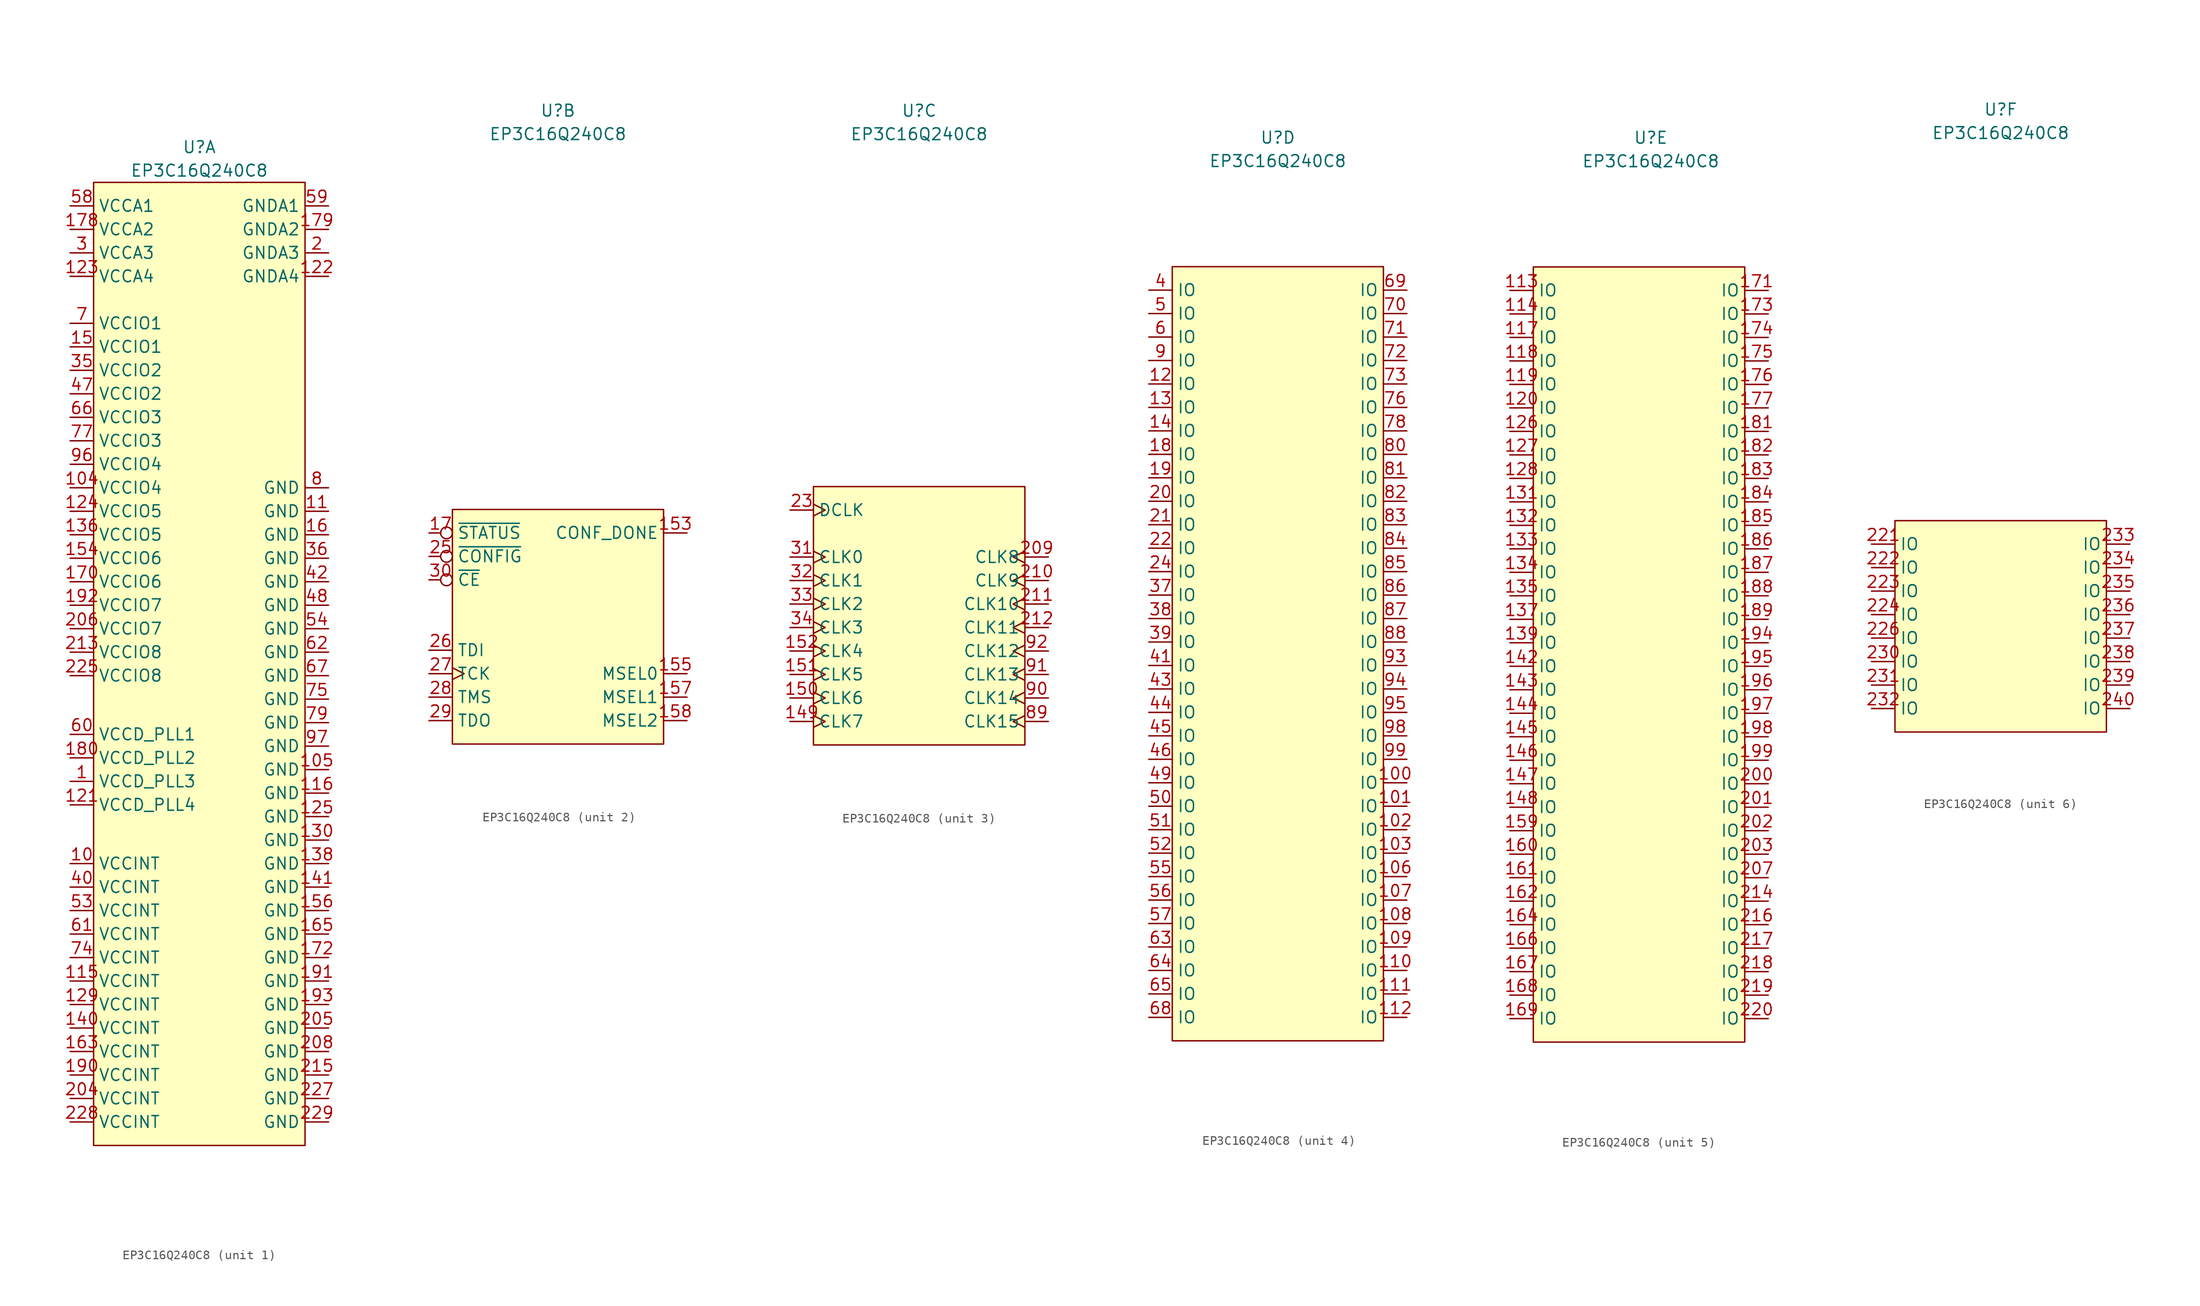
<source format=kicad_sym>
(kicad_symbol_lib
  (version 20220914)
  (generator kicad_symbol_editor)
  (symbol "EP3C16Q240C8"
    (property "Reference" "U"
      (at 0 55.88 0)
      (effects (font (size 1.27 1.27))))
    (property "Value" "EP3C16Q240C8"
      (at 0 53.34 0)
      (effects (font (size 1.27 1.27))))
    (property "ki_locked" ""
      (at 0 0 0)
      (effects (font (size 1.27 1.27))))
    (symbol "EP3C16Q240C8_1_0"
      (pin power_in line (at -13.97 -12.7 0) (length 2.54) (name "VCCD_PLL3" (effects (font (size 1.27 1.27)))) (number "1" (effects (font (size 1.27 1.27)))))
      (pin power_in line (at -13.97 -21.59 0) (length 2.54) (name "VCCINT" (effects (font (size 1.27 1.27)))) (number "10" (effects (font (size 1.27 1.27)))))
      (pin power_in line (at -13.97 19.05 0) (length 2.54) (name "VCCIO4" (effects (font (size 1.27 1.27)))) (number "104" (effects (font (size 1.27 1.27)))))
      (pin power_in line (at 13.97 -11.43 180) (length 2.54) (name "GND" (effects (font (size 1.27 1.27)))) (number "105" (effects (font (size 1.27 1.27)))))
      (pin power_in line (at 13.97 16.51 180) (length 2.54) (name "GND" (effects (font (size 1.27 1.27)))) (number "11" (effects (font (size 1.27 1.27)))))
      (pin power_in line (at -13.97 -34.29 0) (length 2.54) (name "VCCINT" (effects (font (size 1.27 1.27)))) (number "115" (effects (font (size 1.27 1.27)))))
      (pin power_in line (at 13.97 -13.97 180) (length 2.54) (name "GND" (effects (font (size 1.27 1.27)))) (number "116" (effects (font (size 1.27 1.27)))))
      (pin power_in line (at -13.97 -15.24 0) (length 2.54) (name "VCCD_PLL4" (effects (font (size 1.27 1.27)))) (number "121" (effects (font (size 1.27 1.27)))))
      (pin power_in line (at 13.97 41.91 180) (length 2.54) (name "GNDA4" (effects (font (size 1.27 1.27)))) (number "122" (effects (font (size 1.27 1.27)))))
      (pin power_in line (at -13.97 41.91 0) (length 2.54) (name "VCCA4" (effects (font (size 1.27 1.27)))) (number "123" (effects (font (size 1.27 1.27)))))
      (pin power_in line (at -13.97 16.51 0) (length 2.54) (name "VCCIO5" (effects (font (size 1.27 1.27)))) (number "124" (effects (font (size 1.27 1.27)))))
      (pin power_in line (at 13.97 -16.51 180) (length 2.54) (name "GND" (effects (font (size 1.27 1.27)))) (number "125" (effects (font (size 1.27 1.27)))))
      (pin power_in line (at -13.97 -36.83 0) (length 2.54) (name "VCCINT" (effects (font (size 1.27 1.27)))) (number "129" (effects (font (size 1.27 1.27)))))
      (pin power_in line (at 13.97 -19.05 180) (length 2.54) (name "GND" (effects (font (size 1.27 1.27)))) (number "130" (effects (font (size 1.27 1.27)))))
      (pin power_in line (at -13.97 13.97 0) (length 2.54) (name "VCCIO5" (effects (font (size 1.27 1.27)))) (number "136" (effects (font (size 1.27 1.27)))))
      (pin power_in line (at 13.97 -21.59 180) (length 2.54) (name "GND" (effects (font (size 1.27 1.27)))) (number "138" (effects (font (size 1.27 1.27)))))
      (pin power_in line (at -13.97 -39.37 0) (length 2.54) (name "VCCINT" (effects (font (size 1.27 1.27)))) (number "140" (effects (font (size 1.27 1.27)))))
      (pin power_in line (at 13.97 -24.13 180) (length 2.54) (name "GND" (effects (font (size 1.27 1.27)))) (number "141" (effects (font (size 1.27 1.27)))))
      (pin power_in line (at -13.97 34.29 0) (length 2.54) (name "VCCIO1" (effects (font (size 1.27 1.27)))) (number "15" (effects (font (size 1.27 1.27)))))
      (pin power_in line (at -13.97 11.43 0) (length 2.54) (name "VCCIO6" (effects (font (size 1.27 1.27)))) (number "154" (effects (font (size 1.27 1.27)))))
      (pin power_in line (at 13.97 -26.67 180) (length 2.54) (name "GND" (effects (font (size 1.27 1.27)))) (number "156" (effects (font (size 1.27 1.27)))))
      (pin power_in line (at 13.97 13.97 180) (length 2.54) (name "GND" (effects (font (size 1.27 1.27)))) (number "16" (effects (font (size 1.27 1.27)))))
      (pin power_in line (at -13.97 -41.91 0) (length 2.54) (name "VCCINT" (effects (font (size 1.27 1.27)))) (number "163" (effects (font (size 1.27 1.27)))))
      (pin power_in line (at 13.97 -29.21 180) (length 2.54) (name "GND" (effects (font (size 1.27 1.27)))) (number "165" (effects (font (size 1.27 1.27)))))
      (pin power_in line (at -13.97 8.89 0) (length 2.54) (name "VCCIO6" (effects (font (size 1.27 1.27)))) (number "170" (effects (font (size 1.27 1.27)))))
      (pin power_in line (at 13.97 -31.75 180) (length 2.54) (name "GND" (effects (font (size 1.27 1.27)))) (number "172" (effects (font (size 1.27 1.27)))))
      (pin power_in line (at -13.97 46.99 0) (length 2.54) (name "VCCA2" (effects (font (size 1.27 1.27)))) (number "178" (effects (font (size 1.27 1.27)))))
      (pin power_in line (at 13.97 46.99 180) (length 2.54) (name "GNDA2" (effects (font (size 1.27 1.27)))) (number "179" (effects (font (size 1.27 1.27)))))
      (pin power_in line (at -13.97 -10.16 0) (length 2.54) (name "VCCD_PLL2" (effects (font (size 1.27 1.27)))) (number "180" (effects (font (size 1.27 1.27)))))
      (pin power_in line (at -13.97 -44.45 0) (length 2.54) (name "VCCINT" (effects (font (size 1.27 1.27)))) (number "190" (effects (font (size 1.27 1.27)))))
      (pin power_in line (at 13.97 -34.29 180) (length 2.54) (name "GND" (effects (font (size 1.27 1.27)))) (number "191" (effects (font (size 1.27 1.27)))))
      (pin power_in line (at -13.97 6.35 0) (length 2.54) (name "VCCIO7" (effects (font (size 1.27 1.27)))) (number "192" (effects (font (size 1.27 1.27)))))
      (pin power_in line (at 13.97 -36.83 180) (length 2.54) (name "GND" (effects (font (size 1.27 1.27)))) (number "193" (effects (font (size 1.27 1.27)))))
      (pin power_in line (at 13.97 44.45 180) (length 2.54) (name "GNDA3" (effects (font (size 1.27 1.27)))) (number "2" (effects (font (size 1.27 1.27)))))
      (pin power_in line (at -13.97 -46.99 0) (length 2.54) (name "VCCINT" (effects (font (size 1.27 1.27)))) (number "204" (effects (font (size 1.27 1.27)))))
      (pin power_in line (at 13.97 -39.37 180) (length 2.54) (name "GND" (effects (font (size 1.27 1.27)))) (number "205" (effects (font (size 1.27 1.27)))))
      (pin power_in line (at -13.97 3.81 0) (length 2.54) (name "VCCIO7" (effects (font (size 1.27 1.27)))) (number "206" (effects (font (size 1.27 1.27)))))
      (pin power_in line (at 13.97 -41.91 180) (length 2.54) (name "GND" (effects (font (size 1.27 1.27)))) (number "208" (effects (font (size 1.27 1.27)))))
      (pin power_in line (at -13.97 1.27 0) (length 2.54) (name "VCCIO8" (effects (font (size 1.27 1.27)))) (number "213" (effects (font (size 1.27 1.27)))))
      (pin power_in line (at 13.97 -44.45 180) (length 2.54) (name "GND" (effects (font (size 1.27 1.27)))) (number "215" (effects (font (size 1.27 1.27)))))
      (pin power_in line (at -13.97 -1.27 0) (length 2.54) (name "VCCIO8" (effects (font (size 1.27 1.27)))) (number "225" (effects (font (size 1.27 1.27)))))
      (pin power_in line (at 13.97 -46.99 180) (length 2.54) (name "GND" (effects (font (size 1.27 1.27)))) (number "227" (effects (font (size 1.27 1.27)))))
      (pin power_in line (at -13.97 -49.53 0) (length 2.54) (name "VCCINT" (effects (font (size 1.27 1.27)))) (number "228" (effects (font (size 1.27 1.27)))))
      (pin power_in line (at 13.97 -49.53 180) (length 2.54) (name "GND" (effects (font (size 1.27 1.27)))) (number "229" (effects (font (size 1.27 1.27)))))
      (pin power_in line (at -13.97 44.45 0) (length 2.54) (name "VCCA3" (effects (font (size 1.27 1.27)))) (number "3" (effects (font (size 1.27 1.27)))))
      (pin power_in line (at -13.97 31.75 0) (length 2.54) (name "VCCIO2" (effects (font (size 1.27 1.27)))) (number "35" (effects (font (size 1.27 1.27)))))
      (pin power_in line (at 13.97 11.43 180) (length 2.54) (name "GND" (effects (font (size 1.27 1.27)))) (number "36" (effects (font (size 1.27 1.27)))))
      (pin power_in line (at -13.97 -24.13 0) (length 2.54) (name "VCCINT" (effects (font (size 1.27 1.27)))) (number "40" (effects (font (size 1.27 1.27)))))
      (pin power_in line (at 13.97 8.89 180) (length 2.54) (name "GND" (effects (font (size 1.27 1.27)))) (number "42" (effects (font (size 1.27 1.27)))))
      (pin power_in line (at -13.97 29.21 0) (length 2.54) (name "VCCIO2" (effects (font (size 1.27 1.27)))) (number "47" (effects (font (size 1.27 1.27)))))
      (pin power_in line (at 13.97 6.35 180) (length 2.54) (name "GND" (effects (font (size 1.27 1.27)))) (number "48" (effects (font (size 1.27 1.27)))))
      (pin power_in line (at -13.97 -26.67 0) (length 2.54) (name "VCCINT" (effects (font (size 1.27 1.27)))) (number "53" (effects (font (size 1.27 1.27)))))
      (pin power_in line (at 13.97 3.81 180) (length 2.54) (name "GND" (effects (font (size 1.27 1.27)))) (number "54" (effects (font (size 1.27 1.27)))))
      (pin power_in line (at -13.97 49.53 0) (length 2.54) (name "VCCA1" (effects (font (size 1.27 1.27)))) (number "58" (effects (font (size 1.27 1.27)))))
      (pin power_in line (at 13.97 49.53 180) (length 2.54) (name "GNDA1" (effects (font (size 1.27 1.27)))) (number "59" (effects (font (size 1.27 1.27)))))
      (pin power_in line (at -13.97 -7.62 0) (length 2.54) (name "VCCD_PLL1" (effects (font (size 1.27 1.27)))) (number "60" (effects (font (size 1.27 1.27)))))
      (pin power_in line (at -13.97 -29.21 0) (length 2.54) (name "VCCINT" (effects (font (size 1.27 1.27)))) (number "61" (effects (font (size 1.27 1.27)))))
      (pin power_in line (at 13.97 1.27 180) (length 2.54) (name "GND" (effects (font (size 1.27 1.27)))) (number "62" (effects (font (size 1.27 1.27)))))
      (pin power_in line (at -13.97 26.67 0) (length 2.54) (name "VCCIO3" (effects (font (size 1.27 1.27)))) (number "66" (effects (font (size 1.27 1.27)))))
      (pin power_in line (at 13.97 -1.27 180) (length 2.54) (name "GND" (effects (font (size 1.27 1.27)))) (number "67" (effects (font (size 1.27 1.27)))))
      (pin power_in line (at -13.97 36.83 0) (length 2.54) (name "VCCIO1" (effects (font (size 1.27 1.27)))) (number "7" (effects (font (size 1.27 1.27)))))
      (pin power_in line (at -13.97 -31.75 0) (length 2.54) (name "VCCINT" (effects (font (size 1.27 1.27)))) (number "74" (effects (font (size 1.27 1.27)))))
      (pin power_in line (at 13.97 -3.81 180) (length 2.54) (name "GND" (effects (font (size 1.27 1.27)))) (number "75" (effects (font (size 1.27 1.27)))))
      (pin power_in line (at -13.97 24.13 0) (length 2.54) (name "VCCIO3" (effects (font (size 1.27 1.27)))) (number "77" (effects (font (size 1.27 1.27)))))
      (pin power_in line (at 13.97 -6.35 180) (length 2.54) (name "GND" (effects (font (size 1.27 1.27)))) (number "79" (effects (font (size 1.27 1.27)))))
      (pin power_in line (at 13.97 19.05 180) (length 2.54) (name "GND" (effects (font (size 1.27 1.27)))) (number "8" (effects (font (size 1.27 1.27)))))
      (pin power_in line (at -13.97 21.59 0) (length 2.54) (name "VCCIO4" (effects (font (size 1.27 1.27)))) (number "96" (effects (font (size 1.27 1.27)))))
      (pin power_in line (at 13.97 -8.89 180) (length 2.54) (name "GND" (effects (font (size 1.27 1.27)))) (number "97" (effects (font (size 1.27 1.27))))))
    (symbol "EP3C16Q240C8_1_1"
      (rectangle (start -11.43 52.07) (end 11.43 -52.07) (stroke (width 0) (type default)) (fill (type background))))
    (symbol "EP3C16Q240C8_2_0"
      (pin bidirectional line (at 13.97 10.16 180) (length 2.54) (name "CONF_DONE" (effects (font (size 1.27 1.27)))) (number "153" (effects (font (size 1.27 1.27)))))
      (pin input line (at 13.97 -5.08 180) (length 2.54) (name "MSEL0" (effects (font (size 1.27 1.27)))) (number "155" (effects (font (size 1.27 1.27)))))
      (pin input line (at 13.97 -7.62 180) (length 2.54) (name "MSEL1" (effects (font (size 1.27 1.27)))) (number "157" (effects (font (size 1.27 1.27)))))
      (pin input line (at 13.97 -10.16 180) (length 2.54) (name "MSEL2" (effects (font (size 1.27 1.27)))) (number "158" (effects (font (size 1.27 1.27)))))
      (pin bidirectional inverted (at -13.97 10.16 0) (length 2.54) (name "~{STATUS}" (effects (font (size 1.27 1.27)))) (number "17" (effects (font (size 1.27 1.27)))))
      (pin input inverted (at -13.97 7.62 0) (length 2.54) (name "~{CONFIG}" (effects (font (size 1.27 1.27)))) (number "25" (effects (font (size 1.27 1.27)))))
      (pin input line (at -13.97 -2.54 0) (length 2.54) (name "TDI" (effects (font (size 1.27 1.27)))) (number "26" (effects (font (size 1.27 1.27)))))
      (pin input clock (at -13.97 -5.08 0) (length 2.54) (name "TCK" (effects (font (size 1.27 1.27)))) (number "27" (effects (font (size 1.27 1.27)))))
      (pin input line (at -13.97 -7.62 0) (length 2.54) (name "TMS" (effects (font (size 1.27 1.27)))) (number "28" (effects (font (size 1.27 1.27)))))
      (pin output line (at -13.97 -10.16 0) (length 2.54) (name "TDO" (effects (font (size 1.27 1.27)))) (number "29" (effects (font (size 1.27 1.27)))))
      (pin input inverted (at -13.97 5.08 0) (length 2.54) (name "~{CE}" (effects (font (size 1.27 1.27)))) (number "30" (effects (font (size 1.27 1.27))))))
    (symbol "EP3C16Q240C8_2_1"
      (rectangle (start -11.43 12.7) (end 11.43 -12.7) (stroke (width 0) (type default)) (fill (type background))))
    (symbol "EP3C16Q240C8_3_0"
      (pin input clock (at -13.97 -10.16 0) (length 2.54) (name "CLK7" (effects (font (size 1.27 1.27)))) (number "149" (effects (font (size 1.27 1.27)))))
      (pin input clock (at -13.97 -7.62 0) (length 2.54) (name "CLK6" (effects (font (size 1.27 1.27)))) (number "150" (effects (font (size 1.27 1.27)))))
      (pin input clock (at -13.97 -5.08 0) (length 2.54) (name "CLK5" (effects (font (size 1.27 1.27)))) (number "151" (effects (font (size 1.27 1.27)))))
      (pin input clock (at -13.97 -2.54 0) (length 2.54) (name "CLK4" (effects (font (size 1.27 1.27)))) (number "152" (effects (font (size 1.27 1.27)))))
      (pin input clock (at 13.97 7.62 180) (length 2.54) (name "CLK8" (effects (font (size 1.27 1.27)))) (number "209" (effects (font (size 1.27 1.27)))))
      (pin input clock (at 13.97 5.08 180) (length 2.54) (name "CLK9" (effects (font (size 1.27 1.27)))) (number "210" (effects (font (size 1.27 1.27)))))
      (pin input clock (at 13.97 2.54 180) (length 2.54) (name "CLK10" (effects (font (size 1.27 1.27)))) (number "211" (effects (font (size 1.27 1.27)))))
      (pin input clock (at 13.97 0 180) (length 2.54) (name "CLK11" (effects (font (size 1.27 1.27)))) (number "212" (effects (font (size 1.27 1.27)))))
      (pin input clock (at -13.97 12.7 0) (length 2.54) (name "DCLK" (effects (font (size 1.27 1.27)))) (number "23" (effects (font (size 1.27 1.27)))))
      (pin input clock (at -13.97 7.62 0) (length 2.54) (name "CLK0" (effects (font (size 1.27 1.27)))) (number "31" (effects (font (size 1.27 1.27)))))
      (pin input clock (at -13.97 5.08 0) (length 2.54) (name "CLK1" (effects (font (size 1.27 1.27)))) (number "32" (effects (font (size 1.27 1.27)))))
      (pin input clock (at -13.97 2.54 0) (length 2.54) (name "CLK2" (effects (font (size 1.27 1.27)))) (number "33" (effects (font (size 1.27 1.27)))))
      (pin input clock (at -13.97 0 0) (length 2.54) (name "CLK3" (effects (font (size 1.27 1.27)))) (number "34" (effects (font (size 1.27 1.27)))))
      (pin input clock (at 13.97 -10.16 180) (length 2.54) (name "CLK15" (effects (font (size 1.27 1.27)))) (number "89" (effects (font (size 1.27 1.27)))))
      (pin input clock (at 13.97 -7.62 180) (length 2.54) (name "CLK14" (effects (font (size 1.27 1.27)))) (number "90" (effects (font (size 1.27 1.27)))))
      (pin input clock (at 13.97 -5.08 180) (length 2.54) (name "CLK13" (effects (font (size 1.27 1.27)))) (number "91" (effects (font (size 1.27 1.27)))))
      (pin input clock (at 13.97 -2.54 180) (length 2.54) (name "CLK12" (effects (font (size 1.27 1.27)))) (number "92" (effects (font (size 1.27 1.27))))))
    (symbol "EP3C16Q240C8_3_1"
      (rectangle (start -11.43 15.24) (end 11.43 -12.7) (stroke (width 0) (type default)) (fill (type background))))
    (symbol "EP3C16Q240C8_4_0"
      (pin bidirectional line (at 13.97 -13.97 180) (length 2.54) (name "IO" (effects (font (size 1.27 1.27)))) (number "100" (effects (font (size 1.27 1.27)))))
      (pin bidirectional line (at 13.97 -16.51 180) (length 2.54) (name "IO" (effects (font (size 1.27 1.27)))) (number "101" (effects (font (size 1.27 1.27)))))
      (pin bidirectional line (at 13.97 -19.05 180) (length 2.54) (name "IO" (effects (font (size 1.27 1.27)))) (number "102" (effects (font (size 1.27 1.27)))))
      (pin bidirectional line (at 13.97 -21.59 180) (length 2.54) (name "IO" (effects (font (size 1.27 1.27)))) (number "103" (effects (font (size 1.27 1.27)))))
      (pin bidirectional line (at 13.97 -24.13 180) (length 2.54) (name "IO" (effects (font (size 1.27 1.27)))) (number "106" (effects (font (size 1.27 1.27)))))
      (pin bidirectional line (at 13.97 -26.67 180) (length 2.54) (name "IO" (effects (font (size 1.27 1.27)))) (number "107" (effects (font (size 1.27 1.27)))))
      (pin bidirectional line (at 13.97 -29.21 180) (length 2.54) (name "IO" (effects (font (size 1.27 1.27)))) (number "108" (effects (font (size 1.27 1.27)))))
      (pin bidirectional line (at 13.97 -31.75 180) (length 2.54) (name "IO" (effects (font (size 1.27 1.27)))) (number "109" (effects (font (size 1.27 1.27)))))
      (pin bidirectional line (at 13.97 -34.29 180) (length 2.54) (name "IO" (effects (font (size 1.27 1.27)))) (number "110" (effects (font (size 1.27 1.27)))))
      (pin bidirectional line (at 13.97 -36.83 180) (length 2.54) (name "IO" (effects (font (size 1.27 1.27)))) (number "111" (effects (font (size 1.27 1.27)))))
      (pin bidirectional line (at 13.97 -39.37 180) (length 2.54) (name "IO" (effects (font (size 1.27 1.27)))) (number "112" (effects (font (size 1.27 1.27)))))
      (pin bidirectional line (at -13.97 29.21 0) (length 2.54) (name "IO" (effects (font (size 1.27 1.27)))) (number "12" (effects (font (size 1.27 1.27)))))
      (pin bidirectional line (at -13.97 26.67 0) (length 2.54) (name "IO" (effects (font (size 1.27 1.27)))) (number "13" (effects (font (size 1.27 1.27)))))
      (pin bidirectional line (at -13.97 24.13 0) (length 2.54) (name "IO" (effects (font (size 1.27 1.27)))) (number "14" (effects (font (size 1.27 1.27)))))
      (pin bidirectional line (at -13.97 21.59 0) (length 2.54) (name "IO" (effects (font (size 1.27 1.27)))) (number "18" (effects (font (size 1.27 1.27)))))
      (pin bidirectional line (at -13.97 19.05 0) (length 2.54) (name "IO" (effects (font (size 1.27 1.27)))) (number "19" (effects (font (size 1.27 1.27)))))
      (pin bidirectional line (at -13.97 16.51 0) (length 2.54) (name "IO" (effects (font (size 1.27 1.27)))) (number "20" (effects (font (size 1.27 1.27)))))
      (pin bidirectional line (at -13.97 13.97 0) (length 2.54) (name "IO" (effects (font (size 1.27 1.27)))) (number "21" (effects (font (size 1.27 1.27)))))
      (pin bidirectional line (at -13.97 11.43 0) (length 2.54) (name "IO" (effects (font (size 1.27 1.27)))) (number "22" (effects (font (size 1.27 1.27)))))
      (pin bidirectional line (at -13.97 8.89 0) (length 2.54) (name "IO" (effects (font (size 1.27 1.27)))) (number "24" (effects (font (size 1.27 1.27)))))
      (pin bidirectional line (at -13.97 6.35 0) (length 2.54) (name "IO" (effects (font (size 1.27 1.27)))) (number "37" (effects (font (size 1.27 1.27)))))
      (pin bidirectional line (at -13.97 3.81 0) (length 2.54) (name "IO" (effects (font (size 1.27 1.27)))) (number "38" (effects (font (size 1.27 1.27)))))
      (pin bidirectional line (at -13.97 1.27 0) (length 2.54) (name "IO" (effects (font (size 1.27 1.27)))) (number "39" (effects (font (size 1.27 1.27)))))
      (pin bidirectional line (at -13.97 39.37 0) (length 2.54) (name "IO" (effects (font (size 1.27 1.27)))) (number "4" (effects (font (size 1.27 1.27)))))
      (pin bidirectional line (at -13.97 -1.27 0) (length 2.54) (name "IO" (effects (font (size 1.27 1.27)))) (number "41" (effects (font (size 1.27 1.27)))))
      (pin bidirectional line (at -13.97 -3.81 0) (length 2.54) (name "IO" (effects (font (size 1.27 1.27)))) (number "43" (effects (font (size 1.27 1.27)))))
      (pin bidirectional line (at -13.97 -6.35 0) (length 2.54) (name "IO" (effects (font (size 1.27 1.27)))) (number "44" (effects (font (size 1.27 1.27)))))
      (pin bidirectional line (at -13.97 -8.89 0) (length 2.54) (name "IO" (effects (font (size 1.27 1.27)))) (number "45" (effects (font (size 1.27 1.27)))))
      (pin bidirectional line (at -13.97 -11.43 0) (length 2.54) (name "IO" (effects (font (size 1.27 1.27)))) (number "46" (effects (font (size 1.27 1.27)))))
      (pin bidirectional line (at -13.97 -13.97 0) (length 2.54) (name "IO" (effects (font (size 1.27 1.27)))) (number "49" (effects (font (size 1.27 1.27)))))
      (pin bidirectional line (at -13.97 36.83 0) (length 2.54) (name "IO" (effects (font (size 1.27 1.27)))) (number "5" (effects (font (size 1.27 1.27)))))
      (pin bidirectional line (at -13.97 -16.51 0) (length 2.54) (name "IO" (effects (font (size 1.27 1.27)))) (number "50" (effects (font (size 1.27 1.27)))))
      (pin bidirectional line (at -13.97 -19.05 0) (length 2.54) (name "IO" (effects (font (size 1.27 1.27)))) (number "51" (effects (font (size 1.27 1.27)))))
      (pin bidirectional line (at -13.97 -21.59 0) (length 2.54) (name "IO" (effects (font (size 1.27 1.27)))) (number "52" (effects (font (size 1.27 1.27)))))
      (pin bidirectional line (at -13.97 -24.13 0) (length 2.54) (name "IO" (effects (font (size 1.27 1.27)))) (number "55" (effects (font (size 1.27 1.27)))))
      (pin bidirectional line (at -13.97 -26.67 0) (length 2.54) (name "IO" (effects (font (size 1.27 1.27)))) (number "56" (effects (font (size 1.27 1.27)))))
      (pin bidirectional line (at -13.97 -29.21 0) (length 2.54) (name "IO" (effects (font (size 1.27 1.27)))) (number "57" (effects (font (size 1.27 1.27)))))
      (pin bidirectional line (at -13.97 34.29 0) (length 2.54) (name "IO" (effects (font (size 1.27 1.27)))) (number "6" (effects (font (size 1.27 1.27)))))
      (pin bidirectional line (at -13.97 -31.75 0) (length 2.54) (name "IO" (effects (font (size 1.27 1.27)))) (number "63" (effects (font (size 1.27 1.27)))))
      (pin bidirectional line (at -13.97 -34.29 0) (length 2.54) (name "IO" (effects (font (size 1.27 1.27)))) (number "64" (effects (font (size 1.27 1.27)))))
      (pin bidirectional line (at -13.97 -36.83 0) (length 2.54) (name "IO" (effects (font (size 1.27 1.27)))) (number "65" (effects (font (size 1.27 1.27)))))
      (pin bidirectional line (at -13.97 -39.37 0) (length 2.54) (name "IO" (effects (font (size 1.27 1.27)))) (number "68" (effects (font (size 1.27 1.27)))))
      (pin bidirectional line (at 13.97 39.37 180) (length 2.54) (name "IO" (effects (font (size 1.27 1.27)))) (number "69" (effects (font (size 1.27 1.27)))))
      (pin bidirectional line (at 13.97 36.83 180) (length 2.54) (name "IO" (effects (font (size 1.27 1.27)))) (number "70" (effects (font (size 1.27 1.27)))))
      (pin bidirectional line (at 13.97 34.29 180) (length 2.54) (name "IO" (effects (font (size 1.27 1.27)))) (number "71" (effects (font (size 1.27 1.27)))))
      (pin bidirectional line (at 13.97 31.75 180) (length 2.54) (name "IO" (effects (font (size 1.27 1.27)))) (number "72" (effects (font (size 1.27 1.27)))))
      (pin bidirectional line (at 13.97 29.21 180) (length 2.54) (name "IO" (effects (font (size 1.27 1.27)))) (number "73" (effects (font (size 1.27 1.27)))))
      (pin bidirectional line (at 13.97 26.67 180) (length 2.54) (name "IO" (effects (font (size 1.27 1.27)))) (number "76" (effects (font (size 1.27 1.27)))))
      (pin bidirectional line (at 13.97 24.13 180) (length 2.54) (name "IO" (effects (font (size 1.27 1.27)))) (number "78" (effects (font (size 1.27 1.27)))))
      (pin bidirectional line (at 13.97 21.59 180) (length 2.54) (name "IO" (effects (font (size 1.27 1.27)))) (number "80" (effects (font (size 1.27 1.27)))))
      (pin bidirectional line (at 13.97 19.05 180) (length 2.54) (name "IO" (effects (font (size 1.27 1.27)))) (number "81" (effects (font (size 1.27 1.27)))))
      (pin bidirectional line (at 13.97 16.51 180) (length 2.54) (name "IO" (effects (font (size 1.27 1.27)))) (number "82" (effects (font (size 1.27 1.27)))))
      (pin bidirectional line (at 13.97 13.97 180) (length 2.54) (name "IO" (effects (font (size 1.27 1.27)))) (number "83" (effects (font (size 1.27 1.27)))))
      (pin bidirectional line (at 13.97 11.43 180) (length 2.54) (name "IO" (effects (font (size 1.27 1.27)))) (number "84" (effects (font (size 1.27 1.27)))))
      (pin bidirectional line (at 13.97 8.89 180) (length 2.54) (name "IO" (effects (font (size 1.27 1.27)))) (number "85" (effects (font (size 1.27 1.27)))))
      (pin bidirectional line (at 13.97 6.35 180) (length 2.54) (name "IO" (effects (font (size 1.27 1.27)))) (number "86" (effects (font (size 1.27 1.27)))))
      (pin bidirectional line (at 13.97 3.81 180) (length 2.54) (name "IO" (effects (font (size 1.27 1.27)))) (number "87" (effects (font (size 1.27 1.27)))))
      (pin bidirectional line (at 13.97 1.27 180) (length 2.54) (name "IO" (effects (font (size 1.27 1.27)))) (number "88" (effects (font (size 1.27 1.27)))))
      (pin bidirectional line (at -13.97 31.75 0) (length 2.54) (name "IO" (effects (font (size 1.27 1.27)))) (number "9" (effects (font (size 1.27 1.27)))))
      (pin bidirectional line (at 13.97 -1.27 180) (length 2.54) (name "IO" (effects (font (size 1.27 1.27)))) (number "93" (effects (font (size 1.27 1.27)))))
      (pin bidirectional line (at 13.97 -3.81 180) (length 2.54) (name "IO" (effects (font (size 1.27 1.27)))) (number "94" (effects (font (size 1.27 1.27)))))
      (pin bidirectional line (at 13.97 -6.35 180) (length 2.54) (name "IO" (effects (font (size 1.27 1.27)))) (number "95" (effects (font (size 1.27 1.27)))))
      (pin bidirectional line (at 13.97 -8.89 180) (length 2.54) (name "IO" (effects (font (size 1.27 1.27)))) (number "98" (effects (font (size 1.27 1.27)))))
      (pin bidirectional line (at 13.97 -11.43 180) (length 2.54) (name "IO" (effects (font (size 1.27 1.27)))) (number "99" (effects (font (size 1.27 1.27))))))
    (symbol "EP3C16Q240C8_4_1"
      (rectangle (start -11.43 41.91) (end 11.43 -41.91) (stroke (width 0) (type default)) (fill (type background))))
    (symbol "EP3C16Q240C8_5_0"
      (pin bidirectional line (at -15.24 39.37 0) (length 2.54) (name "IO" (effects (font (size 1.27 1.27)))) (number "113" (effects (font (size 1.27 1.27)))))
      (pin bidirectional line (at -15.24 36.83 0) (length 2.54) (name "IO" (effects (font (size 1.27 1.27)))) (number "114" (effects (font (size 1.27 1.27)))))
      (pin bidirectional line (at -15.24 34.29 0) (length 2.54) (name "IO" (effects (font (size 1.27 1.27)))) (number "117" (effects (font (size 1.27 1.27)))))
      (pin bidirectional line (at -15.24 31.75 0) (length 2.54) (name "IO" (effects (font (size 1.27 1.27)))) (number "118" (effects (font (size 1.27 1.27)))))
      (pin bidirectional line (at -15.24 29.21 0) (length 2.54) (name "IO" (effects (font (size 1.27 1.27)))) (number "119" (effects (font (size 1.27 1.27)))))
      (pin bidirectional line (at -15.24 26.67 0) (length 2.54) (name "IO" (effects (font (size 1.27 1.27)))) (number "120" (effects (font (size 1.27 1.27)))))
      (pin bidirectional line (at -15.24 24.13 0) (length 2.54) (name "IO" (effects (font (size 1.27 1.27)))) (number "126" (effects (font (size 1.27 1.27)))))
      (pin bidirectional line (at -15.24 21.59 0) (length 2.54) (name "IO" (effects (font (size 1.27 1.27)))) (number "127" (effects (font (size 1.27 1.27)))))
      (pin bidirectional line (at -15.24 19.05 0) (length 2.54) (name "IO" (effects (font (size 1.27 1.27)))) (number "128" (effects (font (size 1.27 1.27)))))
      (pin bidirectional line (at -15.24 16.51 0) (length 2.54) (name "IO" (effects (font (size 1.27 1.27)))) (number "131" (effects (font (size 1.27 1.27)))))
      (pin bidirectional line (at -15.24 13.97 0) (length 2.54) (name "IO" (effects (font (size 1.27 1.27)))) (number "132" (effects (font (size 1.27 1.27)))))
      (pin bidirectional line (at -15.24 11.43 0) (length 2.54) (name "IO" (effects (font (size 1.27 1.27)))) (number "133" (effects (font (size 1.27 1.27)))))
      (pin bidirectional line (at -15.24 8.89 0) (length 2.54) (name "IO" (effects (font (size 1.27 1.27)))) (number "134" (effects (font (size 1.27 1.27)))))
      (pin bidirectional line (at -15.24 6.35 0) (length 2.54) (name "IO" (effects (font (size 1.27 1.27)))) (number "135" (effects (font (size 1.27 1.27)))))
      (pin bidirectional line (at -15.24 3.81 0) (length 2.54) (name "IO" (effects (font (size 1.27 1.27)))) (number "137" (effects (font (size 1.27 1.27)))))
      (pin bidirectional line (at -15.24 1.27 0) (length 2.54) (name "IO" (effects (font (size 1.27 1.27)))) (number "139" (effects (font (size 1.27 1.27)))))
      (pin bidirectional line (at -15.24 -1.27 0) (length 2.54) (name "IO" (effects (font (size 1.27 1.27)))) (number "142" (effects (font (size 1.27 1.27)))))
      (pin bidirectional line (at -15.24 -3.81 0) (length 2.54) (name "IO" (effects (font (size 1.27 1.27)))) (number "143" (effects (font (size 1.27 1.27)))))
      (pin bidirectional line (at -15.24 -6.35 0) (length 2.54) (name "IO" (effects (font (size 1.27 1.27)))) (number "144" (effects (font (size 1.27 1.27)))))
      (pin bidirectional line (at -15.24 -8.89 0) (length 2.54) (name "IO" (effects (font (size 1.27 1.27)))) (number "145" (effects (font (size 1.27 1.27)))))
      (pin bidirectional line (at -15.24 -11.43 0) (length 2.54) (name "IO" (effects (font (size 1.27 1.27)))) (number "146" (effects (font (size 1.27 1.27)))))
      (pin bidirectional line (at -15.24 -13.97 0) (length 2.54) (name "IO" (effects (font (size 1.27 1.27)))) (number "147" (effects (font (size 1.27 1.27)))))
      (pin bidirectional line (at -15.24 -16.51 0) (length 2.54) (name "IO" (effects (font (size 1.27 1.27)))) (number "148" (effects (font (size 1.27 1.27)))))
      (pin bidirectional line (at -15.24 -19.05 0) (length 2.54) (name "IO" (effects (font (size 1.27 1.27)))) (number "159" (effects (font (size 1.27 1.27)))))
      (pin bidirectional line (at -15.24 -21.59 0) (length 2.54) (name "IO" (effects (font (size 1.27 1.27)))) (number "160" (effects (font (size 1.27 1.27)))))
      (pin bidirectional line (at -15.24 -24.13 0) (length 2.54) (name "IO" (effects (font (size 1.27 1.27)))) (number "161" (effects (font (size 1.27 1.27)))))
      (pin bidirectional line (at -15.24 -26.67 0) (length 2.54) (name "IO" (effects (font (size 1.27 1.27)))) (number "162" (effects (font (size 1.27 1.27)))))
      (pin bidirectional line (at -15.24 -29.21 0) (length 2.54) (name "IO" (effects (font (size 1.27 1.27)))) (number "164" (effects (font (size 1.27 1.27)))))
      (pin bidirectional line (at -15.24 -31.75 0) (length 2.54) (name "IO" (effects (font (size 1.27 1.27)))) (number "166" (effects (font (size 1.27 1.27)))))
      (pin bidirectional line (at -15.24 -34.29 0) (length 2.54) (name "IO" (effects (font (size 1.27 1.27)))) (number "167" (effects (font (size 1.27 1.27)))))
      (pin bidirectional line (at -15.24 -36.83 0) (length 2.54) (name "IO" (effects (font (size 1.27 1.27)))) (number "168" (effects (font (size 1.27 1.27)))))
      (pin bidirectional line (at -15.24 -39.37 0) (length 2.54) (name "IO" (effects (font (size 1.27 1.27)))) (number "169" (effects (font (size 1.27 1.27)))))
      (pin bidirectional line (at 12.7 39.37 180) (length 2.54) (name "IO" (effects (font (size 1.27 1.27)))) (number "171" (effects (font (size 1.27 1.27)))))
      (pin bidirectional line (at 12.7 36.83 180) (length 2.54) (name "IO" (effects (font (size 1.27 1.27)))) (number "173" (effects (font (size 1.27 1.27)))))
      (pin bidirectional line (at 12.7 34.29 180) (length 2.54) (name "IO" (effects (font (size 1.27 1.27)))) (number "174" (effects (font (size 1.27 1.27)))))
      (pin bidirectional line (at 12.7 31.75 180) (length 2.54) (name "IO" (effects (font (size 1.27 1.27)))) (number "175" (effects (font (size 1.27 1.27)))))
      (pin bidirectional line (at 12.7 29.21 180) (length 2.54) (name "IO" (effects (font (size 1.27 1.27)))) (number "176" (effects (font (size 1.27 1.27)))))
      (pin bidirectional line (at 12.7 26.67 180) (length 2.54) (name "IO" (effects (font (size 1.27 1.27)))) (number "177" (effects (font (size 1.27 1.27)))))
      (pin bidirectional line (at 12.7 24.13 180) (length 2.54) (name "IO" (effects (font (size 1.27 1.27)))) (number "181" (effects (font (size 1.27 1.27)))))
      (pin bidirectional line (at 12.7 21.59 180) (length 2.54) (name "IO" (effects (font (size 1.27 1.27)))) (number "182" (effects (font (size 1.27 1.27)))))
      (pin bidirectional line (at 12.7 19.05 180) (length 2.54) (name "IO" (effects (font (size 1.27 1.27)))) (number "183" (effects (font (size 1.27 1.27)))))
      (pin bidirectional line (at 12.7 16.51 180) (length 2.54) (name "IO" (effects (font (size 1.27 1.27)))) (number "184" (effects (font (size 1.27 1.27)))))
      (pin bidirectional line (at 12.7 13.97 180) (length 2.54) (name "IO" (effects (font (size 1.27 1.27)))) (number "185" (effects (font (size 1.27 1.27)))))
      (pin bidirectional line (at 12.7 11.43 180) (length 2.54) (name "IO" (effects (font (size 1.27 1.27)))) (number "186" (effects (font (size 1.27 1.27)))))
      (pin bidirectional line (at 12.7 8.89 180) (length 2.54) (name "IO" (effects (font (size 1.27 1.27)))) (number "187" (effects (font (size 1.27 1.27)))))
      (pin bidirectional line (at 12.7 6.35 180) (length 2.54) (name "IO" (effects (font (size 1.27 1.27)))) (number "188" (effects (font (size 1.27 1.27)))))
      (pin bidirectional line (at 12.7 3.81 180) (length 2.54) (name "IO" (effects (font (size 1.27 1.27)))) (number "189" (effects (font (size 1.27 1.27)))))
      (pin bidirectional line (at 12.7 1.27 180) (length 2.54) (name "IO" (effects (font (size 1.27 1.27)))) (number "194" (effects (font (size 1.27 1.27)))))
      (pin bidirectional line (at 12.7 -1.27 180) (length 2.54) (name "IO" (effects (font (size 1.27 1.27)))) (number "195" (effects (font (size 1.27 1.27)))))
      (pin bidirectional line (at 12.7 -3.81 180) (length 2.54) (name "IO" (effects (font (size 1.27 1.27)))) (number "196" (effects (font (size 1.27 1.27)))))
      (pin bidirectional line (at 12.7 -6.35 180) (length 2.54) (name "IO" (effects (font (size 1.27 1.27)))) (number "197" (effects (font (size 1.27 1.27)))))
      (pin bidirectional line (at 12.7 -8.89 180) (length 2.54) (name "IO" (effects (font (size 1.27 1.27)))) (number "198" (effects (font (size 1.27 1.27)))))
      (pin bidirectional line (at 12.7 -11.43 180) (length 2.54) (name "IO" (effects (font (size 1.27 1.27)))) (number "199" (effects (font (size 1.27 1.27)))))
      (pin bidirectional line (at 12.7 -13.97 180) (length 2.54) (name "IO" (effects (font (size 1.27 1.27)))) (number "200" (effects (font (size 1.27 1.27)))))
      (pin bidirectional line (at 12.7 -16.51 180) (length 2.54) (name "IO" (effects (font (size 1.27 1.27)))) (number "201" (effects (font (size 1.27 1.27)))))
      (pin bidirectional line (at 12.7 -19.05 180) (length 2.54) (name "IO" (effects (font (size 1.27 1.27)))) (number "202" (effects (font (size 1.27 1.27)))))
      (pin bidirectional line (at 12.7 -21.59 180) (length 2.54) (name "IO" (effects (font (size 1.27 1.27)))) (number "203" (effects (font (size 1.27 1.27)))))
      (pin bidirectional line (at 12.7 -24.13 180) (length 2.54) (name "IO" (effects (font (size 1.27 1.27)))) (number "207" (effects (font (size 1.27 1.27)))))
      (pin bidirectional line (at 12.7 -26.67 180) (length 2.54) (name "IO" (effects (font (size 1.27 1.27)))) (number "214" (effects (font (size 1.27 1.27)))))
      (pin bidirectional line (at 12.7 -29.21 180) (length 2.54) (name "IO" (effects (font (size 1.27 1.27)))) (number "216" (effects (font (size 1.27 1.27)))))
      (pin bidirectional line (at 12.7 -31.75 180) (length 2.54) (name "IO" (effects (font (size 1.27 1.27)))) (number "217" (effects (font (size 1.27 1.27)))))
      (pin bidirectional line (at 12.7 -34.29 180) (length 2.54) (name "IO" (effects (font (size 1.27 1.27)))) (number "218" (effects (font (size 1.27 1.27)))))
      (pin bidirectional line (at 12.7 -36.83 180) (length 2.54) (name "IO" (effects (font (size 1.27 1.27)))) (number "219" (effects (font (size 1.27 1.27)))))
      (pin bidirectional line (at 12.7 -39.37 180) (length 2.54) (name "IO" (effects (font (size 1.27 1.27)))) (number "220" (effects (font (size 1.27 1.27))))))
    (symbol "EP3C16Q240C8_5_1"
      (rectangle (start -12.7 41.91) (end 10.16 -41.91) (stroke (width 0) (type default)) (fill (type background))))
    (symbol "EP3C16Q240C8_6_0"
      (pin bidirectional line (at -13.97 8.89 0) (length 2.54) (name "IO" (effects (font (size 1.27 1.27)))) (number "221" (effects (font (size 1.27 1.27)))))
      (pin bidirectional line (at -13.97 6.35 0) (length 2.54) (name "IO" (effects (font (size 1.27 1.27)))) (number "222" (effects (font (size 1.27 1.27)))))
      (pin bidirectional line (at -13.97 3.81 0) (length 2.54) (name "IO" (effects (font (size 1.27 1.27)))) (number "223" (effects (font (size 1.27 1.27)))))
      (pin bidirectional line (at -13.97 1.27 0) (length 2.54) (name "IO" (effects (font (size 1.27 1.27)))) (number "224" (effects (font (size 1.27 1.27)))))
      (pin bidirectional line (at -13.97 -1.27 0) (length 2.54) (name "IO" (effects (font (size 1.27 1.27)))) (number "226" (effects (font (size 1.27 1.27)))))
      (pin bidirectional line (at -13.97 -3.81 0) (length 2.54) (name "IO" (effects (font (size 1.27 1.27)))) (number "230" (effects (font (size 1.27 1.27)))))
      (pin bidirectional line (at -13.97 -6.35 0) (length 2.54) (name "IO" (effects (font (size 1.27 1.27)))) (number "231" (effects (font (size 1.27 1.27)))))
      (pin bidirectional line (at -13.97 -8.89 0) (length 2.54) (name "IO" (effects (font (size 1.27 1.27)))) (number "232" (effects (font (size 1.27 1.27)))))
      (pin bidirectional line (at 13.97 8.89 180) (length 2.54) (name "IO" (effects (font (size 1.27 1.27)))) (number "233" (effects (font (size 1.27 1.27)))))
      (pin bidirectional line (at 13.97 6.35 180) (length 2.54) (name "IO" (effects (font (size 1.27 1.27)))) (number "234" (effects (font (size 1.27 1.27)))))
      (pin bidirectional line (at 13.97 3.81 180) (length 2.54) (name "IO" (effects (font (size 1.27 1.27)))) (number "235" (effects (font (size 1.27 1.27)))))
      (pin bidirectional line (at 13.97 1.27 180) (length 2.54) (name "IO" (effects (font (size 1.27 1.27)))) (number "236" (effects (font (size 1.27 1.27)))))
      (pin bidirectional line (at 13.97 -1.27 180) (length 2.54) (name "IO" (effects (font (size 1.27 1.27)))) (number "237" (effects (font (size 1.27 1.27)))))
      (pin bidirectional line (at 13.97 -3.81 180) (length 2.54) (name "IO" (effects (font (size 1.27 1.27)))) (number "238" (effects (font (size 1.27 1.27)))))
      (pin bidirectional line (at 13.97 -6.35 180) (length 2.54) (name "IO" (effects (font (size 1.27 1.27)))) (number "239" (effects (font (size 1.27 1.27)))))
      (pin bidirectional line (at 13.97 -8.89 180) (length 2.54) (name "IO" (effects (font (size 1.27 1.27)))) (number "240" (effects (font (size 1.27 1.27))))))
    (symbol "EP3C16Q240C8_6_1"
      (rectangle (start -11.43 11.43) (end 11.43 -11.43) (stroke (width 0) (type default)) (fill (type background))))))
</source>
